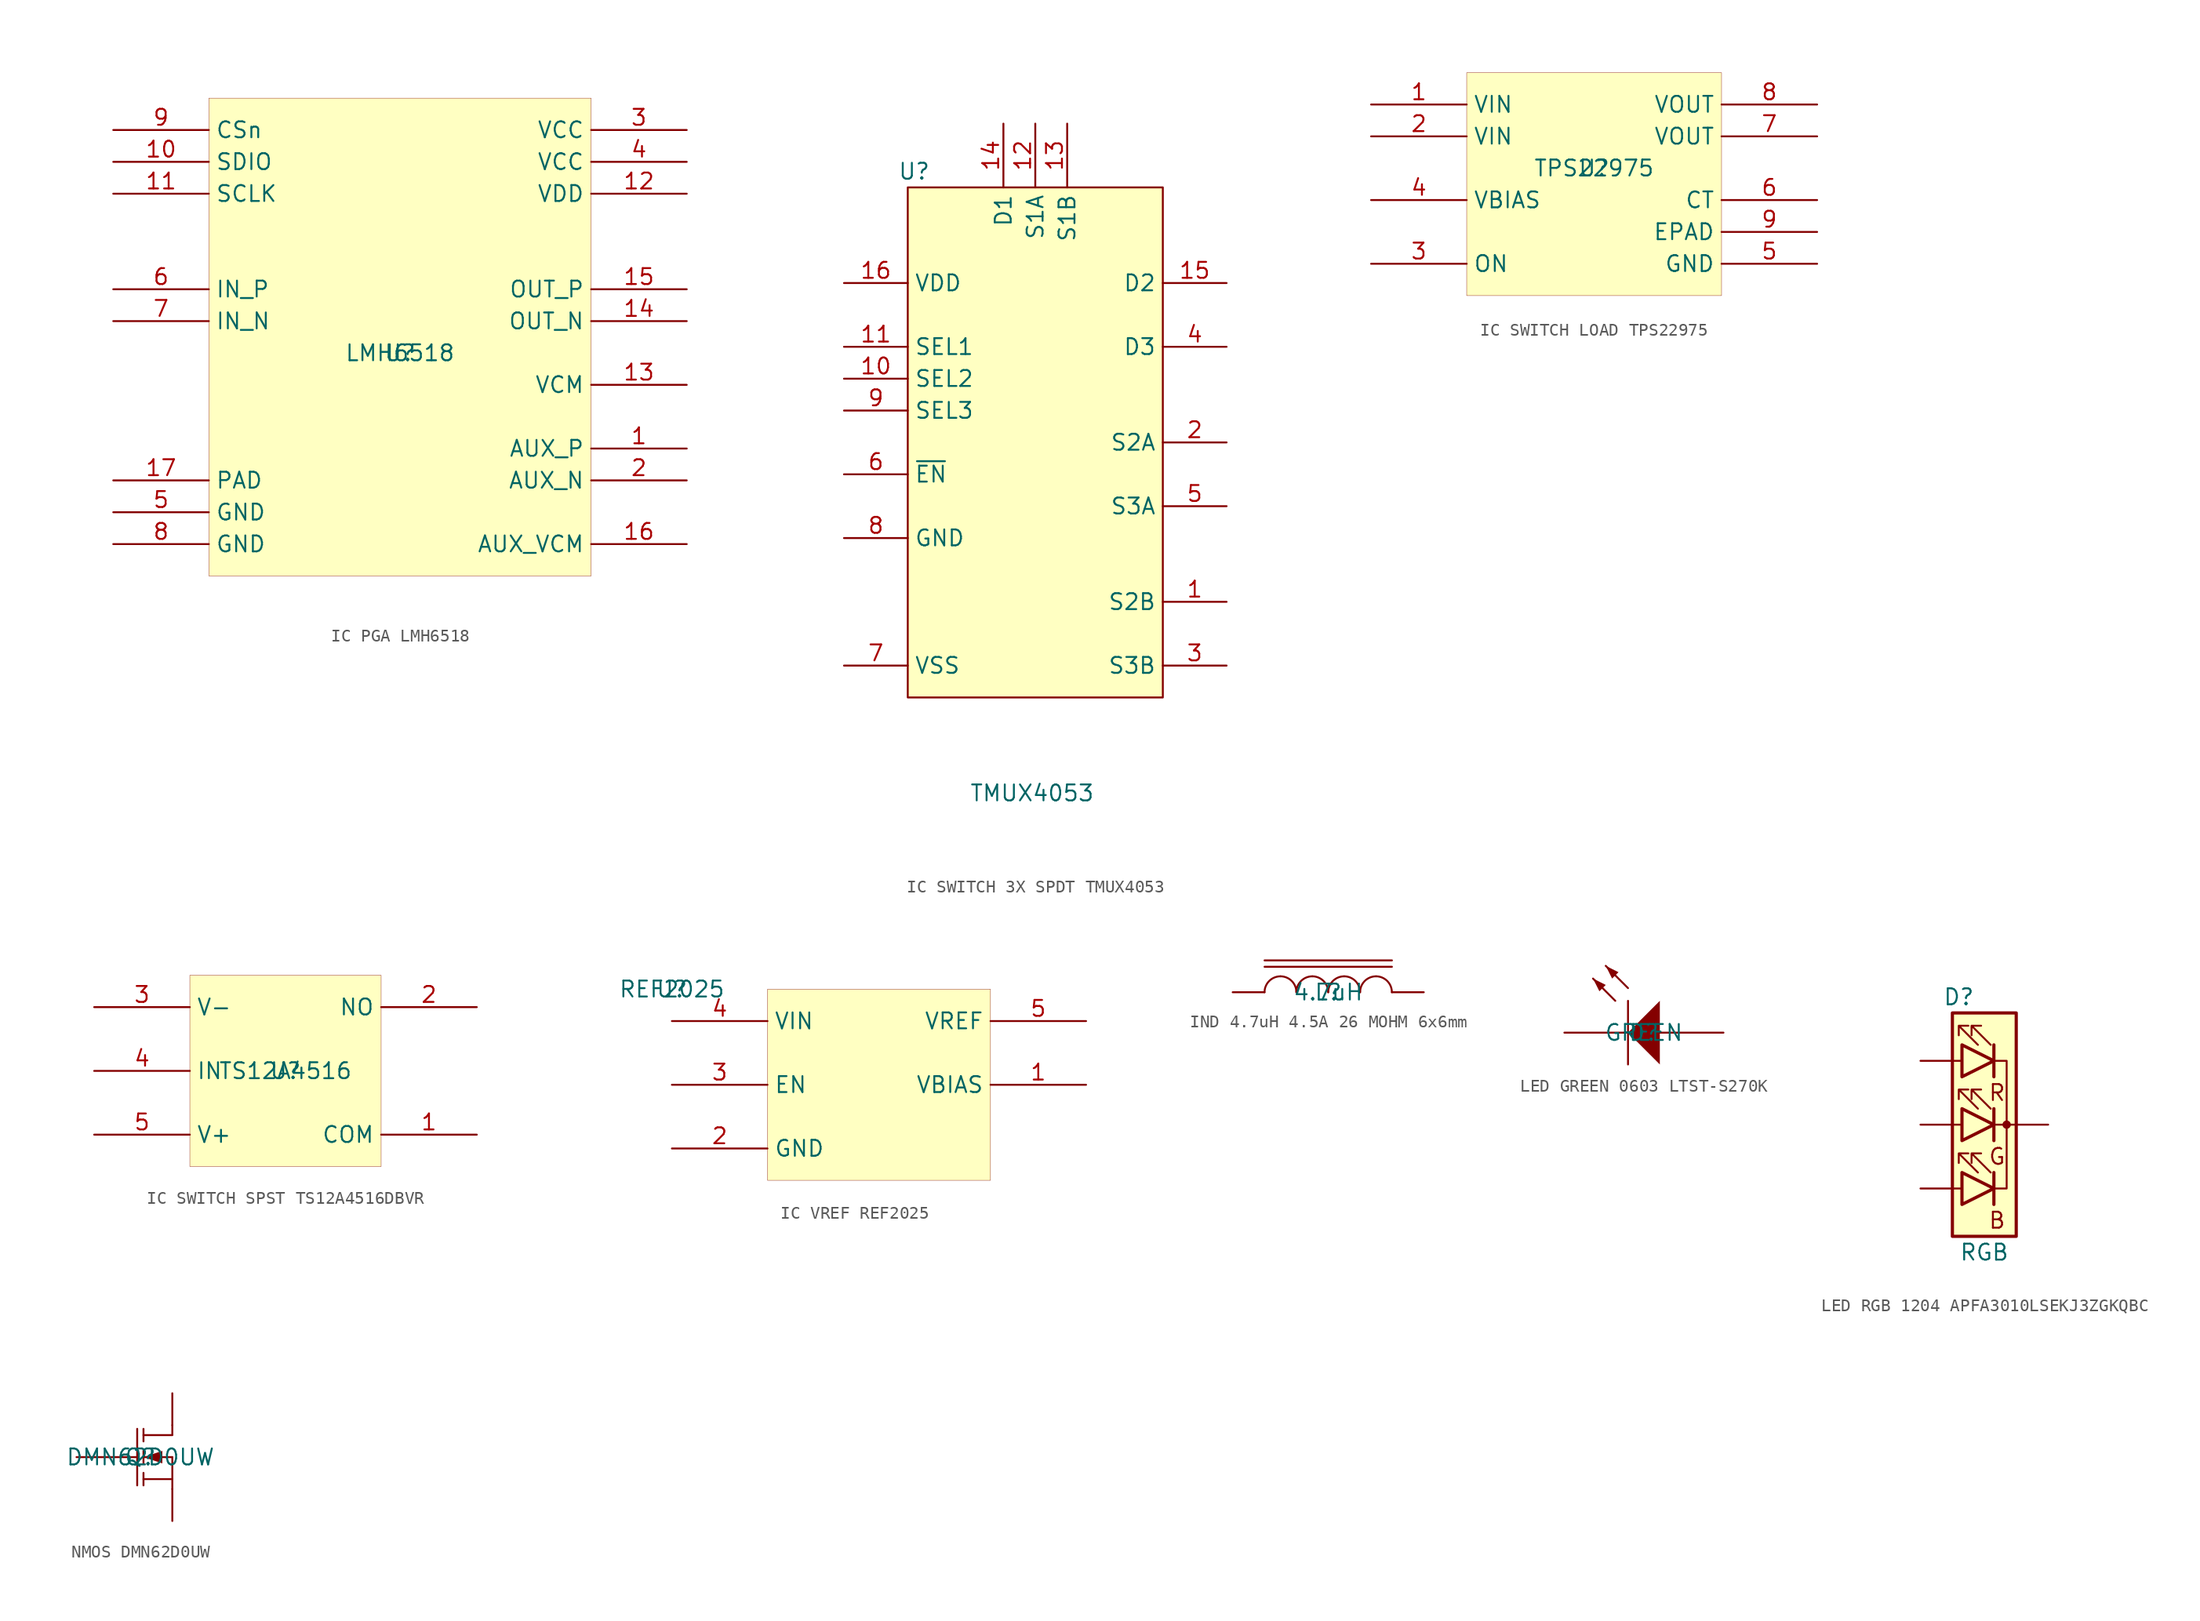
<source format=kicad_sym>
(kicad_symbol_lib
  (version 20241209)
  (generator "kicad_symbol_editor")
  (generator_version "9.0")
  (symbol "IC PGA LMH6518"
    (property "Reference" "U"
      (at 0 0 0)
      (effects (font (size 1.27 1.27))))
    (property "Value" "LMH6518"
      (at 0 0 0)
      (effects (font (size 1.27 1.27))))
    (symbol "IC PGA LMH6518_1_0"
      (rectangle (start 15.24 20.32) (end -15.24 -17.78) (stroke (width 0.025) (type solid) (color 128 0 0 1)) (fill (type background)))
      (pin open_collector line (at -22.86 17.78 0) (length 7.62) (name "CSn" (effects (font (size 1.27 1.27)))) (number "9" (effects (font (size 1.27 1.27)))))
      (pin bidirectional line (at -22.86 15.24 0) (length 7.62) (name "SDIO" (effects (font (size 1.27 1.27)))) (number "10" (effects (font (size 1.27 1.27)))))
      (pin input line (at -22.86 12.7 0) (length 7.62) (name "SCLK" (effects (font (size 1.27 1.27)))) (number "11" (effects (font (size 1.27 1.27)))))
      (pin input line (at -22.86 5.08 0) (length 7.62) (name "IN_P" (effects (font (size 1.27 1.27)))) (number "6" (effects (font (size 1.27 1.27)))))
      (pin input line (at -22.86 2.54 0) (length 7.62) (name "IN_N" (effects (font (size 1.27 1.27)))) (number "7" (effects (font (size 1.27 1.27)))))
      (pin power_in line (at -22.86 -10.16 0) (length 7.62) (name "PAD" (effects (font (size 1.27 1.27)))) (number "17" (effects (font (size 1.27 1.27)))))
      (pin power_in line (at -22.86 -12.7 0) (length 7.62) (name "GND" (effects (font (size 1.27 1.27)))) (number "5" (effects (font (size 1.27 1.27)))))
      (pin power_in line (at -22.86 -15.24 0) (length 7.62) (name "GND" (effects (font (size 1.27 1.27)))) (number "8" (effects (font (size 1.27 1.27)))))
      (pin power_in line (at 22.86 17.78 180) (length 7.62) (name "VCC" (effects (font (size 1.27 1.27)))) (number "3" (effects (font (size 1.27 1.27)))))
      (pin power_in line (at 22.86 15.24 180) (length 7.62) (name "VCC" (effects (font (size 1.27 1.27)))) (number "4" (effects (font (size 1.27 1.27)))))
      (pin power_in line (at 22.86 12.7 180) (length 7.62) (name "VDD" (effects (font (size 1.27 1.27)))) (number "12" (effects (font (size 1.27 1.27)))))
      (pin output line (at 22.86 5.08 180) (length 7.62) (name "OUT_P" (effects (font (size 1.27 1.27)))) (number "15" (effects (font (size 1.27 1.27)))))
      (pin output line (at 22.86 2.54 180) (length 7.62) (name "OUT_N" (effects (font (size 1.27 1.27)))) (number "14" (effects (font (size 1.27 1.27)))))
      (pin input line (at 22.86 -2.54 180) (length 7.62) (name "VCM" (effects (font (size 1.27 1.27)))) (number "13" (effects (font (size 1.27 1.27)))))
      (pin output line (at 22.86 -7.62 180) (length 7.62) (name "AUX_P" (effects (font (size 1.27 1.27)))) (number "1" (effects (font (size 1.27 1.27)))))
      (pin output line (at 22.86 -10.16 180) (length 7.62) (name "AUX_N" (effects (font (size 1.27 1.27)))) (number "2" (effects (font (size 1.27 1.27)))))
      (pin input line (at 22.86 -15.24 180) (length 7.62) (name "AUX_VCM" (effects (font (size 1.27 1.27)))) (number "16" (effects (font (size 1.27 1.27)))))))
  (symbol "IC SWITCH 3X SPDT TMUX4053"
    (property "Reference" "U"
      (at -9.652 21.59 0)
      (effects (font (size 1.27 1.27))))
    (property "Value" "TMUX4053"
      (at -0.254 -27.94 0)
      (effects (font (size 1.27 1.27))))
    (symbol "IC SWITCH 3X SPDT TMUX4053_1_1"
      (rectangle (start -10.16 20.32) (end 10.16 -20.32) (stroke (width 0) (type solid)) (fill (type background)))
      (pin power_in line (at -15.24 12.7 0) (length 5.08) (name "VDD" (effects (font (size 1.27 1.27)))) (number "16" (effects (font (size 1.27 1.27)))))
      (pin input line (at -15.24 7.62 0) (length 5.08) (name "SEL1" (effects (font (size 1.27 1.27)))) (number "11" (effects (font (size 1.27 1.27)))))
      (pin input line (at -15.24 5.08 0) (length 5.08) (name "SEL2" (effects (font (size 1.27 1.27)))) (number "10" (effects (font (size 1.27 1.27)))))
      (pin input line (at -15.24 2.54 0) (length 5.08) (name "SEL3" (effects (font (size 1.27 1.27)))) (number "9" (effects (font (size 1.27 1.27)))))
      (pin input line (at -15.24 -2.54 0) (length 5.08) (name "~{EN}" (effects (font (size 1.27 1.27)))) (number "6" (effects (font (size 1.27 1.27)))))
      (pin power_in line (at -15.24 -7.62 0) (length 5.08) (name "GND" (effects (font (size 1.27 1.27)))) (number "8" (effects (font (size 1.27 1.27)))))
      (pin power_in line (at -15.24 -17.78 0) (length 5.08) (name "VSS" (effects (font (size 1.27 1.27)))) (number "7" (effects (font (size 1.27 1.27)))))
      (pin passive line (at -2.54 25.4 270) (length 5.08) (name "D1" (effects (font (size 1.27 1.27)))) (number "14" (effects (font (size 1.27 1.27)))))
      (pin passive line (at 0 25.4 270) (length 5.08) (name "S1A" (effects (font (size 1.27 1.27)))) (number "12" (effects (font (size 1.27 1.27)))))
      (pin passive line (at 2.54 25.4 270) (length 5.08) (name "S1B" (effects (font (size 1.27 1.27)))) (number "13" (effects (font (size 1.27 1.27)))))
      (pin passive line (at 15.24 12.7 180) (length 5.08) (name "D2" (effects (font (size 1.27 1.27)))) (number "15" (effects (font (size 1.27 1.27)))))
      (pin passive line (at 15.24 7.62 180) (length 5.08) (name "D3" (effects (font (size 1.27 1.27)))) (number "4" (effects (font (size 1.27 1.27)))))
      (pin passive line (at 15.24 0 180) (length 5.08) (name "S2A" (effects (font (size 1.27 1.27)))) (number "2" (effects (font (size 1.27 1.27)))))
      (pin passive line (at 15.24 -5.08 180) (length 5.08) (name "S3A" (effects (font (size 1.27 1.27)))) (number "5" (effects (font (size 1.27 1.27)))))
      (pin passive line (at 15.24 -12.7 180) (length 5.08) (name "S2B" (effects (font (size 1.27 1.27)))) (number "1" (effects (font (size 1.27 1.27)))))
      (pin passive line (at 15.24 -17.78 180) (length 5.08) (name "S3B" (effects (font (size 1.27 1.27)))) (number "3" (effects (font (size 1.27 1.27)))))))
  (symbol "IC SWITCH LOAD TPS22975"
    (property "Reference" "U"
      (at 0 0 0)
      (effects (font (size 1.27 1.27))))
    (property "Value" "TPS22975"
      (at 0 0 0)
      (effects (font (size 1.27 1.27))))
    (symbol "IC SWITCH LOAD TPS22975_1_0"
      (rectangle (start 10.16 7.62) (end -10.16 -10.16) (stroke (width 0.025) (type solid) (color 128 0 0 1)) (fill (type background)))
      (pin power_in line (at -17.78 5.08 0) (length 7.62) (name "VIN" (effects (font (size 1.27 1.27)))) (number "1" (effects (font (size 1.27 1.27)))))
      (pin power_in line (at -17.78 2.54 0) (length 7.62) (name "VIN" (effects (font (size 1.27 1.27)))) (number "2" (effects (font (size 1.27 1.27)))))
      (pin power_in line (at -17.78 -2.54 0) (length 7.62) (name "VBIAS" (effects (font (size 1.27 1.27)))) (number "4" (effects (font (size 1.27 1.27)))))
      (pin input line (at -17.78 -7.62 0) (length 7.62) (name "ON" (effects (font (size 1.27 1.27)))) (number "3" (effects (font (size 1.27 1.27)))))
      (pin power_out line (at 17.78 5.08 180) (length 7.62) (name "VOUT" (effects (font (size 1.27 1.27)))) (number "8" (effects (font (size 1.27 1.27)))))
      (pin power_out line (at 17.78 2.54 180) (length 7.62) (name "VOUT" (effects (font (size 1.27 1.27)))) (number "7" (effects (font (size 1.27 1.27)))))
      (pin passive line (at 17.78 -2.54 180) (length 7.62) (name "CT" (effects (font (size 1.27 1.27)))) (number "6" (effects (font (size 1.27 1.27)))))
      (pin power_in line (at 17.78 -5.08 180) (length 7.62) (name "EPAD" (effects (font (size 1.27 1.27)))) (number "9" (effects (font (size 1.27 1.27)))))
      (pin power_in line (at 17.78 -7.62 180) (length 7.62) (name "GND" (effects (font (size 1.27 1.27)))) (number "5" (effects (font (size 1.27 1.27)))))))
  (symbol "IC SWITCH SPST TS12A4516DBVR"
    (property "Reference" "U"
      (at 0 0 0)
      (effects (font (size 1.27 1.27))))
    (property "Value" "TS12A4516"
      (at 0 0 0)
      (effects (font (size 1.27 1.27))))
    (symbol "IC SWITCH SPST TS12A4516DBVR_1_0"
      (rectangle (start 7.62 7.62) (end -7.62 -7.62) (stroke (width 0.025) (type solid) (color 128 0 0 1)) (fill (type background)))
      (pin power_in line (at -15.24 5.08 0) (length 7.62) (name "V-" (effects (font (size 1.27 1.27)))) (number "3" (effects (font (size 1.27 1.27)))))
      (pin input line (at -15.24 0 0) (length 7.62) (name "IN" (effects (font (size 1.27 1.27)))) (number "4" (effects (font (size 1.27 1.27)))))
      (pin power_in line (at -15.24 -5.08 0) (length 7.62) (name "V+" (effects (font (size 1.27 1.27)))) (number "5" (effects (font (size 1.27 1.27)))))
      (pin passive line (at 15.24 5.08 180) (length 7.62) (name "NO" (effects (font (size 1.27 1.27)))) (number "2" (effects (font (size 1.27 1.27)))))
      (pin passive line (at 15.24 -5.08 180) (length 7.62) (name "COM" (effects (font (size 1.27 1.27)))) (number "1" (effects (font (size 1.27 1.27)))))))
  (symbol "IC VREF REF2025"
    (property "Reference" "U"
      (at 0 0 0)
      (effects (font (size 1.27 1.27))))
    (property "Value" "REF2025"
      (at 0 0 0)
      (effects (font (size 1.27 1.27))))
    (symbol "IC VREF REF2025_1_0"
      (rectangle (start 25.4 0) (end 7.62 -15.24) (stroke (width 0.025) (type solid) (color 128 0 0 1)) (fill (type background)))
      (pin power_in line (at 0 -2.54 0) (length 7.62) (name "VIN" (effects (font (size 1.27 1.27)))) (number "4" (effects (font (size 1.27 1.27)))))
      (pin input line (at 0 -7.62 0) (length 7.62) (name "EN" (effects (font (size 1.27 1.27)))) (number "3" (effects (font (size 1.27 1.27)))))
      (pin power_in line (at 0 -12.7 0) (length 7.62) (name "GND" (effects (font (size 1.27 1.27)))) (number "2" (effects (font (size 1.27 1.27)))))
      (pin power_out line (at 33.02 -2.54 180) (length 7.62) (name "VREF" (effects (font (size 1.27 1.27)))) (number "5" (effects (font (size 1.27 1.27)))))
      (pin power_out line (at 33.02 -7.62 180) (length 7.62) (name "VBIAS" (effects (font (size 1.27 1.27)))) (number "1" (effects (font (size 1.27 1.27)))))))
  (symbol "IND 4.7uH 4.5A 26 MOHM 6x6mm"
    (pin_numbers
      (hide yes))
    (pin_names
      (hide yes))
    (property "Reference" "L"
      (at 0 0 0)
      (effects (font (size 1.27 1.27))))
    (property "Value" "4.7uH"
      (at 0 0 0)
      (effects (font (size 1.27 1.27))))
    (symbol "IND 4.7uH 4.5A 26 MOHM 6x6mm_1_0"
      (polyline (pts (xy -5.08 2.54) (xy 5.08 2.54)) (stroke (width 0) (type solid)) (fill (type none)))
      (polyline (pts (xy -5.08 2.032) (xy 5.08 2.032)) (stroke (width 0) (type solid)) (fill (type none)))
      (arc (start -3.81 1.27) (mid -2.912 0.898) (end -2.54 0) (stroke (width 0) (type solid)) (fill (type none)))
      (arc (start -5.08 0) (mid -4.708 0.898) (end -3.81 1.27) (stroke (width 0) (type solid)) (fill (type none)))
      (arc (start -1.27 1.27) (mid -0.372 0.898) (end 0 0) (stroke (width 0) (type solid)) (fill (type none)))
      (arc (start -2.54 0) (mid -2.168 0.898) (end -1.27 1.27) (stroke (width 0) (type solid)) (fill (type none)))
      (arc (start 0 0) (mid 0.372 0.898) (end 1.27 1.27) (stroke (width 0) (type solid)) (fill (type none)))
      (arc (start 1.27 1.27) (mid 2.168 0.898) (end 2.54 0) (stroke (width 0) (type solid)) (fill (type none)))
      (arc (start 2.54 0) (mid 2.912 0.898) (end 3.81 1.27) (stroke (width 0) (type solid)) (fill (type none)))
      (arc (start 3.81 1.27) (mid 4.708 0.898) (end 5.08 0) (stroke (width 0) (type solid)) (fill (type none)))
      (pin passive line (at -7.62 0 0) (length 2.54) (name "1" (effects (font (size 1.27 1.27)))) (number "1" (effects (font (size 1.27 1.27)))))
      (pin passive line (at 7.62 0 180) (length 2.54) (name "2" (effects (font (size 1.27 1.27)))) (number "2" (effects (font (size 1.27 1.27)))))))
  (symbol "LED GREEN 0603 LTST-S270K"
    (pin_numbers
      (hide yes))
    (pin_names
      (hide yes))
    (property "Reference" "D"
      (at 0 0 0)
      (effects (font (size 1.27 1.27))))
    (property "Value" "GREEN"
      (at 0 0 0)
      (effects (font (size 1.27 1.27))))
    (symbol "LED GREEN 0603 LTST-S270K_1_0"
      (polyline (pts (xy -4.064 4.318) (xy -3.048 3.81) (xy -3.556 3.302) (xy -4.064 4.318)) (stroke (width -0.0001) (type solid)) (fill (type outline)))
      (polyline (pts (xy -3.048 5.334) (xy -2.032 4.826) (xy -2.54 4.318) (xy -3.048 5.334)) (stroke (width -0.0001) (type solid)) (fill (type outline)))
      (polyline (pts (xy -2.286 2.54) (xy -4.064 4.318)) (stroke (width 0) (type solid)) (fill (type none)))
      (polyline (pts (xy -1.27 3.556) (xy -3.048 5.334)) (stroke (width 0) (type solid)) (fill (type none)))
      (polyline (pts (xy -1.27 2.54) (xy -1.27 -2.54)) (stroke (width 0) (type solid)) (fill (type none)))
      (polyline (pts (xy 1.27 -2.54) (xy -1.27 0) (xy 1.27 2.54) (xy 1.27 -2.54)) (stroke (width -0.0001) (type solid)) (fill (type outline)))
      (pin passive line (at -6.35 0 0) (length 5.08) (name "K" (effects (font (size 1.27 1.27)))) (number "1" (effects (font (size 1.27 1.27)))))
      (pin passive line (at 6.35 0 180) (length 5.08) (name "A" (effects (font (size 1.27 1.27)))) (number "2" (effects (font (size 1.27 1.27)))))))
  (symbol "LED RGB 1204 APFA3010LSEKJ3ZGKQBC"
    (pin_numbers
      (hide yes))
    (pin_names
      (hide yes))
    (property "Reference" "D"
      (at -2.032 10.16 0)
      (effects (font (size 1.27 1.27))))
    (property "Value" "RGB"
      (at 0 -10.16 0)
      (effects (font (size 1.27 1.27))))
    (symbol "LED RGB 1204 APFA3010LSEKJ3ZGKQBC_0_0"
      (text "R" (at 1.016 2.54 0) (effects (font (size 1.27 1.27))))
      (text "G" (at 1.016 -2.54 0) (effects (font (size 1.27 1.27))))
      (text "B" (at 1.016 -7.62 0) (effects (font (size 1.27 1.27)))))
    (symbol "LED RGB 1204 APFA3010LSEKJ3ZGKQBC_0_1"
      (rectangle (start -2.54 8.89) (end 2.54 -8.89) (stroke (width 0.254) (type default)) (fill (type background)))
      (polyline (pts (xy -2.54 5.08) (xy -1.778 5.08)) (stroke (width 0) (type default)) (fill (type none)))
      (polyline (pts (xy -2.54 0) (xy -1.778 0)) (stroke (width 0) (type default)) (fill (type none)))
      (polyline (pts (xy -2.54 -5.08) (xy -1.778 -5.08)) (stroke (width 0) (type default)) (fill (type none)))
      (polyline (pts (xy -1.778 6.35) (xy -1.778 3.81) (xy 0.762 5.08) (xy -1.778 6.35)) (stroke (width 0.254) (type default)) (fill (type none)))
      (polyline (pts (xy -1.778 1.27) (xy -1.778 -1.27) (xy 0.762 0) (xy -1.778 1.27)) (stroke (width 0.254) (type default)) (fill (type none)))
      (polyline (pts (xy -1.778 -3.81) (xy -1.778 -6.35) (xy 0.762 -5.08) (xy -1.778 -3.81)) (stroke (width 0.254) (type default)) (fill (type none)))
      (polyline (pts (xy -0.508 6.35) (xy -2.032 7.874) (xy -1.27 7.874) (xy -2.032 7.874) (xy -2.032 7.112)) (stroke (width 0) (type default)) (fill (type none)))
      (polyline (pts (xy -0.508 1.27) (xy -2.032 2.794) (xy -1.27 2.794) (xy -2.032 2.794) (xy -2.032 2.032)) (stroke (width 0) (type default)) (fill (type none)))
      (polyline (pts (xy -0.508 -3.81) (xy -2.032 -2.286) (xy -1.27 -2.286) (xy -2.032 -2.286) (xy -2.032 -3.048)) (stroke (width 0) (type default)) (fill (type none)))
      (polyline (pts (xy 0.508 6.35) (xy -1.016 7.874) (xy -0.254 7.874) (xy -1.016 7.874) (xy -1.016 7.112)) (stroke (width 0) (type default)) (fill (type none)))
      (polyline (pts (xy 0.508 1.27) (xy -1.016 2.794) (xy -0.254 2.794) (xy -1.016 2.794) (xy -1.016 2.032)) (stroke (width 0) (type default)) (fill (type none)))
      (polyline (pts (xy 0.508 -3.81) (xy -1.016 -2.286) (xy -0.254 -2.286) (xy -1.016 -2.286) (xy -1.016 -3.048)) (stroke (width 0) (type default)) (fill (type none)))
      (polyline (pts (xy 0.762 6.35) (xy 0.762 3.81)) (stroke (width 0.254) (type default)) (fill (type none)))
      (polyline (pts (xy 0.762 1.27) (xy 0.762 -1.27)) (stroke (width 0.254) (type default)) (fill (type none)))
      (polyline (pts (xy 0.762 0) (xy 2.54 0)) (stroke (width 0) (type default)) (fill (type none)))
      (polyline (pts (xy 0.762 -3.81) (xy 0.762 -6.35)) (stroke (width 0.254) (type default)) (fill (type none)))
      (polyline (pts (xy 0.762 -5.08) (xy 1.778 -5.08) (xy 1.778 5.08) (xy 0.762 5.08)) (stroke (width 0) (type default)) (fill (type none)))
      (circle (center 1.778 0) (radius 0.254) (stroke (width 0) (type default)) (fill (type outline))))
    (symbol "LED RGB 1204 APFA3010LSEKJ3ZGKQBC_1_1"
      (pin input line (at -5.08 5.08 0) (length 2.54) (name "R" (effects (font (size 1.27 1.27)))) (number "1" (effects (font (size 1.27 1.27)))))
      (pin input line (at -5.08 0 0) (length 2.54) (name "G" (effects (font (size 1.27 1.27)))) (number "3" (effects (font (size 1.27 1.27)))))
      (pin input line (at -5.08 -5.08 0) (length 2.54) (name "B" (effects (font (size 1.27 1.27)))) (number "4" (effects (font (size 1.27 1.27)))))
      (pin power_in line (at 5.08 0 180) (length 2.54) (name "A" (effects (font (size 1.27 1.27)))) (number "2" (effects (font (size 1.27 1.27)))))))
  (symbol "NMOS DMN62D0UW"
    (pin_numbers
      (hide yes))
    (pin_names
      (hide yes))
    (property "Reference" "Q"
      (at 0 0 0)
      (effects (font (size 1.27 1.27))))
    (property "Value" "DMN62D0UW"
      (at 0 0 0)
      (effects (font (size 1.27 1.27))))
    (symbol "NMOS DMN62D0UW_1_0"
      (polyline (pts (xy -2.54 0) (xy -0.254 0)) (stroke (width 0) (type solid)) (fill (type none)))
      (polyline (pts (xy -0.254 2.25) (xy -0.254 -2.25)) (stroke (width 0) (type solid)) (fill (type none)))
      (polyline (pts (xy 0.246 2.25) (xy 0.246 1.25)) (stroke (width 0) (type solid)) (fill (type none)))
      (polyline (pts (xy 0.246 0) (xy 1.746 -0.5) (xy 1.746 0.5) (xy 0.246 0)) (stroke (width -0.0001) (type solid)) (fill (type outline)))
      (polyline (pts (xy 0.246 -0.5) (xy 0.246 0.5)) (stroke (width 0) (type solid)) (fill (type none)))
      (polyline (pts (xy 0.246 -2.25) (xy 0.246 -1.25)) (stroke (width 0) (type solid)) (fill (type none)))
      (polyline (pts (xy 2.54 1.783) (xy 2.54 2.54)) (stroke (width 0) (type solid)) (fill (type none)))
      (polyline (pts (xy 2.54 1.75) (xy 0.246 1.75)) (stroke (width 0) (type solid)) (fill (type none)))
      (polyline (pts (xy 2.54 0) (xy 0.246 0)) (stroke (width 0) (type solid)) (fill (type none)))
      (polyline (pts (xy 2.54 0) (xy 2.54 -2.54)) (stroke (width 0) (type solid)) (fill (type none)))
      (polyline (pts (xy 2.54 -1.75) (xy 0.246 -1.75)) (stroke (width 0) (type solid)) (fill (type none)))
      (pin passive line (at -5.08 0 0) (length 2.54) (name "G" (effects (font (size 1.27 1.27)))) (number "2" (effects (font (size 1.27 1.27)))))
      (pin passive line (at 2.54 5.08 270) (length 2.54) (name "D" (effects (font (size 1.27 1.27)))) (number "1" (effects (font (size 1.27 1.27)))))
      (pin passive line (at 2.54 -5.08 90) (length 2.54) (name "S" (effects (font (size 1.27 1.27)))) (number "3" (effects (font (size 1.27 1.27))))))))
</source>
